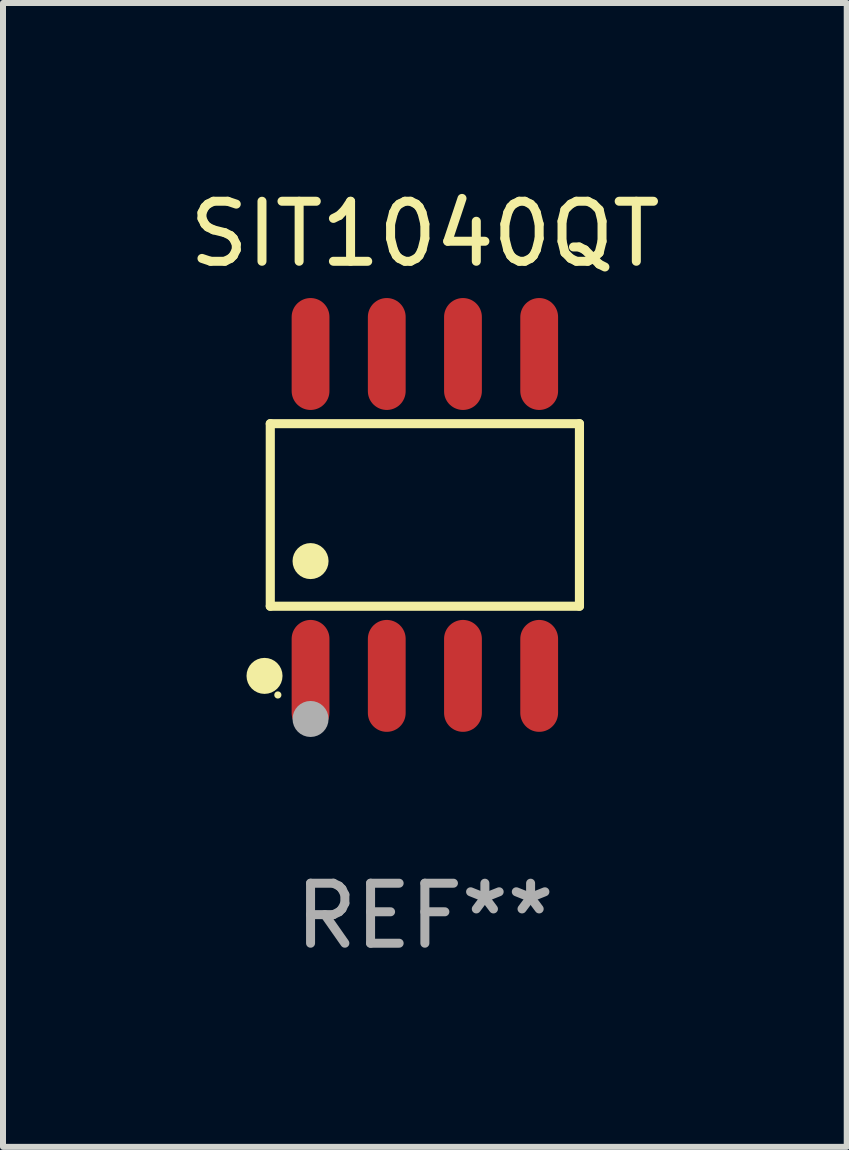
<source format=kicad_pcb>
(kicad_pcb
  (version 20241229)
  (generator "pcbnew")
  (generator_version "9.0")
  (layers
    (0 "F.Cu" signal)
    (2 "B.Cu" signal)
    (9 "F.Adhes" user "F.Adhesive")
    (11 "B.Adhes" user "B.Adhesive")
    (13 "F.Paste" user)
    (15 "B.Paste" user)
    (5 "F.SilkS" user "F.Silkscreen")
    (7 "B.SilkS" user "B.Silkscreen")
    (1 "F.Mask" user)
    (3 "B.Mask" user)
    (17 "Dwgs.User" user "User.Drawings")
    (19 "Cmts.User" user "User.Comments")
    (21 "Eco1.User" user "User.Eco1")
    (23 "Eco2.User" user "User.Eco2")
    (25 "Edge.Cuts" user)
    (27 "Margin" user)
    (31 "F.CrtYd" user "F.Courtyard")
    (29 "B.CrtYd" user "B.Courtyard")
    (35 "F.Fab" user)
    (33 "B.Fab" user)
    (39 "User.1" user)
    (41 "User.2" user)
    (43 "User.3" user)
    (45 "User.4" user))
  (footprint "SIT1040QT"
    (layer "F.Cu")
    (at 4.03 5.531)
    (property "Reference" "SIT1040QT" (at 0 -4.682 0) (layer "F.SilkS") (effects (font (size 1 1) (thickness 0.15))))
    (attr through_hole)
    (fp_line (start -2.576 -1.521) (end 2.576 -1.521) (stroke (width 0.152) (type solid)) (layer "F.SilkS"))
    (fp_line (start -2.576 1.521) (end -2.576 -1.521) (stroke (width 0.152) (type solid)) (layer "F.SilkS"))
    (fp_line (start 2.576 -1.521) (end 2.576 1.521) (stroke (width 0.152) (type solid)) (layer "F.SilkS"))
    (fp_line (start 2.576 1.521) (end -2.576 1.521) (stroke (width 0.152) (type solid)) (layer "F.SilkS"))
    (fp_circle (center -2.672 2.682) (end -2.522 2.682) (stroke (width 0.3) (type solid)) (fill no) (layer "F.SilkS"))
    (fp_circle (center -2.45 3) (end -2.42 3) (stroke (width 0.06) (type solid)) (fill no) (layer "F.SilkS"))
    (fp_circle (center -1.905 0.769) (end -1.755 0.769) (stroke (width 0.3) (type solid)) (fill no) (layer "F.SilkS"))
    (fp_circle (center -1.905 3.4) (end -1.755 3.4) (stroke (width 0.3) (type solid)) (fill no) (layer "F.Fab"))
    (fp_text user "REF**" (at 0 6.682 0) (layer "F.Fab") (effects (font (size 1 1) (thickness 0.15))))
    (pad "1" smd oval (at -1.905 2.682) (size 0.63 1.865) (layers "F.Cu" "F.Mask" "F.Paste"))
    (pad "2" smd oval (at -0.635 2.682) (size 0.63 1.865) (layers "F.Cu" "F.Mask" "F.Paste"))
    (pad "3" smd oval (at 0.635 2.682) (size 0.63 1.865) (layers "F.Cu" "F.Mask" "F.Paste"))
    (pad "4" smd oval (at 1.905 2.682) (size 0.63 1.865) (layers "F.Cu" "F.Mask" "F.Paste"))
    (pad "5" smd oval (at 1.905 -2.682) (size 0.63 1.865) (layers "F.Cu" "F.Mask" "F.Paste"))
    (pad "6" smd oval (at 0.635 -2.682) (size 0.63 1.865) (layers "F.Cu" "F.Mask" "F.Paste"))
    (pad "7" smd oval (at -0.635 -2.682) (size 0.63 1.865) (layers "F.Cu" "F.Mask" "F.Paste"))
    (pad "8" smd oval (at -1.905 -2.682) (size 0.63 1.865) (layers "F.Cu" "F.Mask" "F.Paste")))
  (gr_rect
    (start -3 -3)
    (end 11.06 16.061)
    (stroke (width 0.1) (type default))
    (fill no)
    (layer "Edge.Cuts")))
</source>
